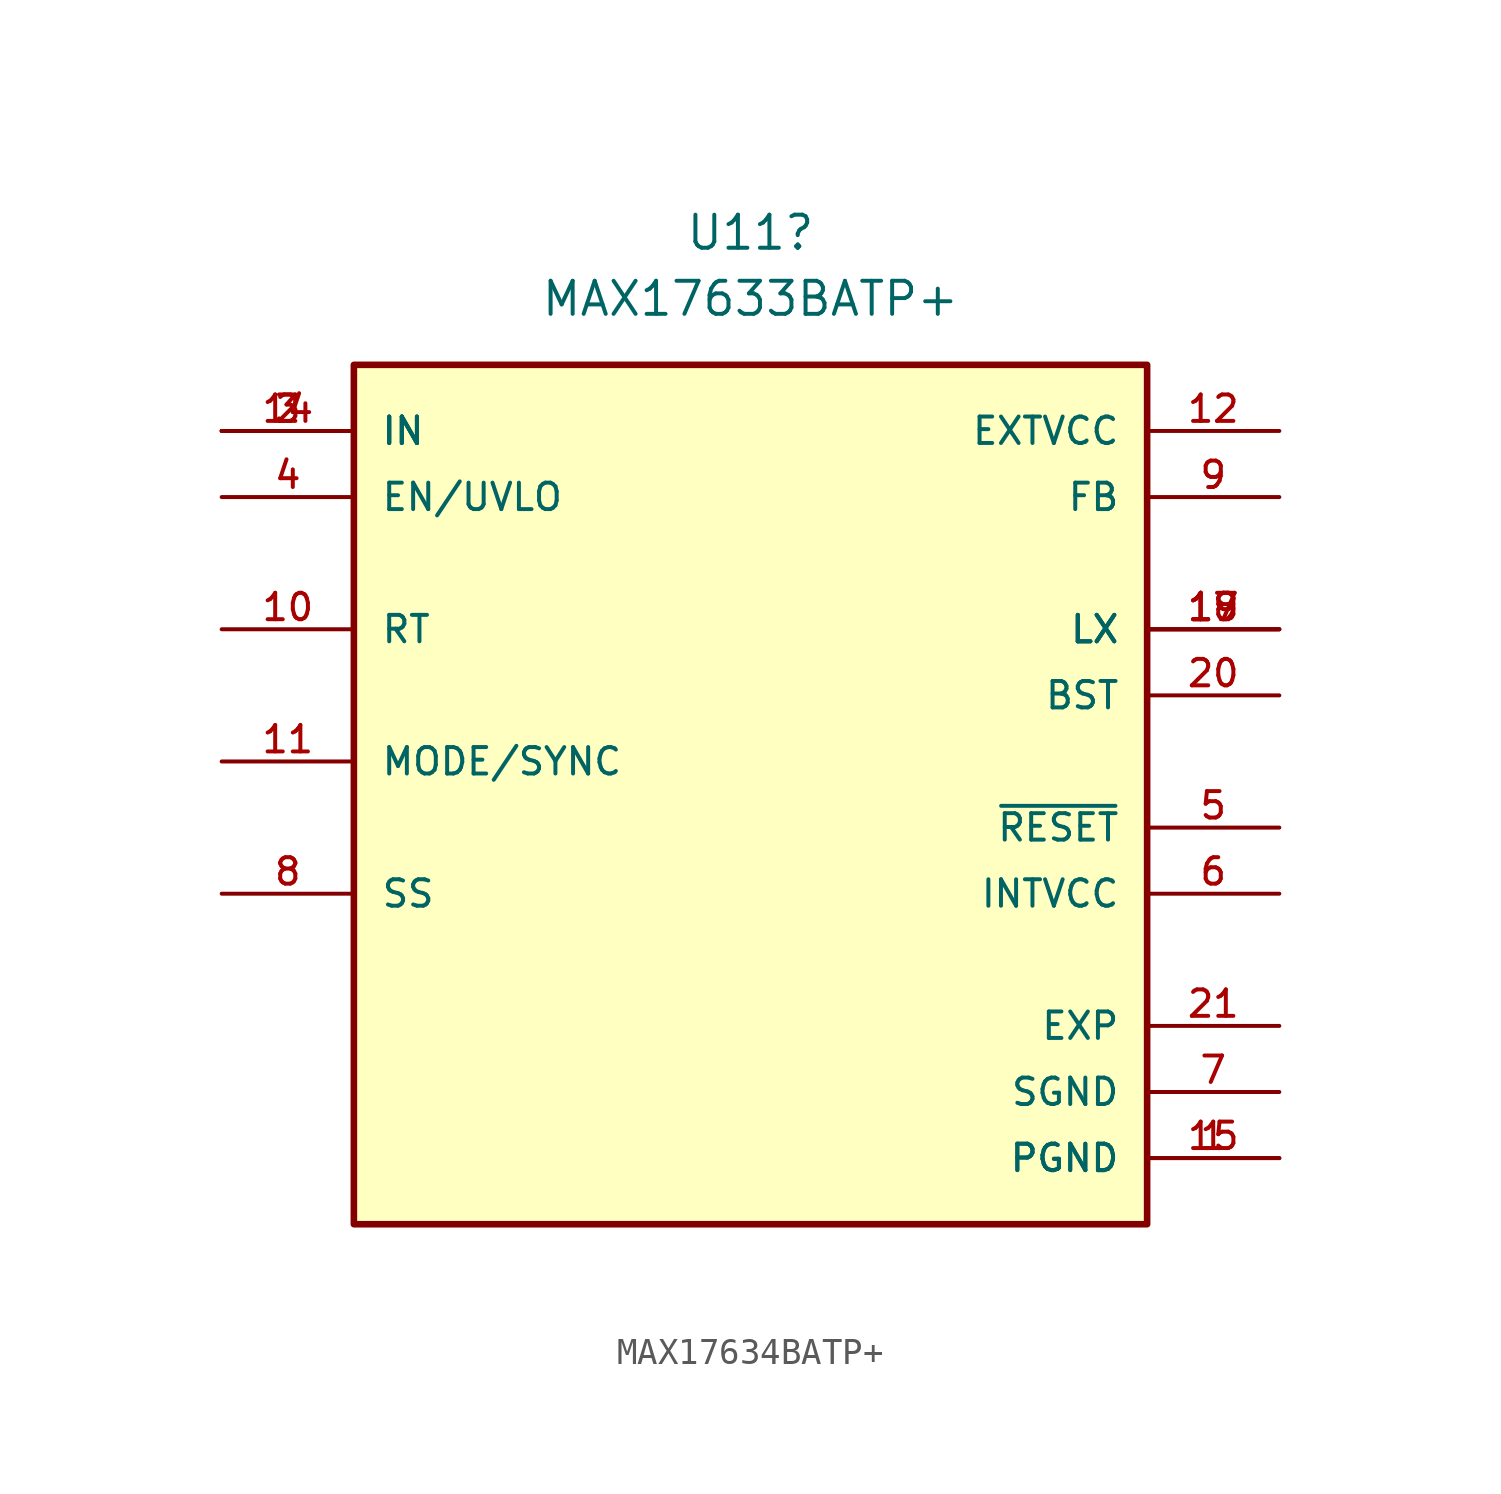
<source format=kicad_sym>
(kicad_symbol_lib
  (version 20211014)
  (generator kicad_symbol_editor)
  (symbol "MAX17634BATP+"
    (pin_names
      (offset 1.016))
    (property "Reference" "U11"
      (at 0 20.32 0)
      (effects (font (size 1.27 1.27))))
    (property "Value" "MAX17633BATP+"
      (at 0 17.78 0)
      (effects (font (size 1.27 1.27))))
    (property "ki_locked" ""
      (at 0 0 0)
      (effects (font (size 1.27 1.27))))
    (symbol "MAX17634BATP+_0_0"
      (rectangle (start -15.24 -17.78) (end 15.24 15.24) (stroke (width 0.254) (type default) (color 0 0 0 0)) (fill (type background)))
      (pin power_in line (at 20.32 -15.24 180) (length 5.08) (name "PGND" (effects (font (size 1.016 1.016)))) (number "1" (effects (font (size 1.016 1.016)))))
      (pin input line (at -20.32 5.08 0) (length 5.08) (name "RT" (effects (font (size 1.016 1.016)))) (number "10" (effects (font (size 1.016 1.016)))))
      (pin input line (at -20.32 0 0) (length 5.08) (name "MODE/SYNC" (effects (font (size 1.016 1.016)))) (number "11" (effects (font (size 1.016 1.016)))))
      (pin passive line (at 20.32 12.7 180) (length 5.08) (name "EXTVCC" (effects (font (size 1.016 1.016)))) (number "12" (effects (font (size 1.016 1.016)))))
      (pin input line (at -20.32 12.7 0) (length 5.08) (name "IN" (effects (font (size 1.016 1.016)))) (number "14" (effects (font (size 1.016 1.016)))))
      (pin power_in line (at 20.32 -15.24 180) (length 5.08) (name "PGND" (effects (font (size 1.016 1.016)))) (number "15" (effects (font (size 1.016 1.016)))))
      (pin passive line (at 20.32 5.08 180) (length 5.08) (name "LX" (effects (font (size 1.016 1.016)))) (number "17" (effects (font (size 1.016 1.016)))))
      (pin passive line (at 20.32 5.08 180) (length 5.08) (name "LX" (effects (font (size 1.016 1.016)))) (number "18" (effects (font (size 1.016 1.016)))))
      (pin passive line (at 20.32 5.08 180) (length 5.08) (name "LX" (effects (font (size 1.016 1.016)))) (number "19" (effects (font (size 1.016 1.016)))))
      (pin input line (at -20.32 12.7 0) (length 5.08) (name "IN" (effects (font (size 1.016 1.016)))) (number "2" (effects (font (size 1.016 1.016)))))
      (pin passive line (at 20.32 2.54 180) (length 5.08) (name "BST" (effects (font (size 1.016 1.016)))) (number "20" (effects (font (size 1.016 1.016)))))
      (pin power_in line (at 20.32 -10.16 180) (length 5.08) (name "EXP" (effects (font (size 1.016 1.016)))) (number "21" (effects (font (size 1.016 1.016)))))
      (pin input line (at -20.32 12.7 0) (length 5.08) (name "IN" (effects (font (size 1.016 1.016)))) (number "3" (effects (font (size 1.016 1.016)))))
      (pin input line (at -20.32 10.16 0) (length 5.08) (name "EN/UVLO" (effects (font (size 1.016 1.016)))) (number "4" (effects (font (size 1.016 1.016)))))
      (pin output line (at 20.32 -2.54 180) (length 5.08) (name "~{RESET}" (effects (font (size 1.016 1.016)))) (number "5" (effects (font (size 1.016 1.016)))))
      (pin output line (at 20.32 -5.08 180) (length 5.08) (name "INTVCC" (effects (font (size 1.016 1.016)))) (number "6" (effects (font (size 1.016 1.016)))))
      (pin power_in line (at 20.32 -12.7 180) (length 5.08) (name "SGND" (effects (font (size 1.016 1.016)))) (number "7" (effects (font (size 1.016 1.016)))))
      (pin input line (at -20.32 -5.08 0) (length 5.08) (name "SS" (effects (font (size 1.016 1.016)))) (number "8" (effects (font (size 1.016 1.016)))))
      (pin input line (at 20.32 10.16 180) (length 5.08) (name "FB" (effects (font (size 1.016 1.016)))) (number "9" (effects (font (size 1.016 1.016))))))
    (symbol "MAX17634BATP+_1_1"
      (pin no_connect line (at -17.78 -7.62 0) (length 2.54) hide (name "NC" (effects (font (size 1.27 1.27)))) (number "13" (effects (font (size 1.27 1.27)))))
      (pin no_connect line (at -17.78 -10.16 0) (length 2.54) hide (name "NC" (effects (font (size 1.27 1.27)))) (number "16" (effects (font (size 1.27 1.27))))))))
</source>
